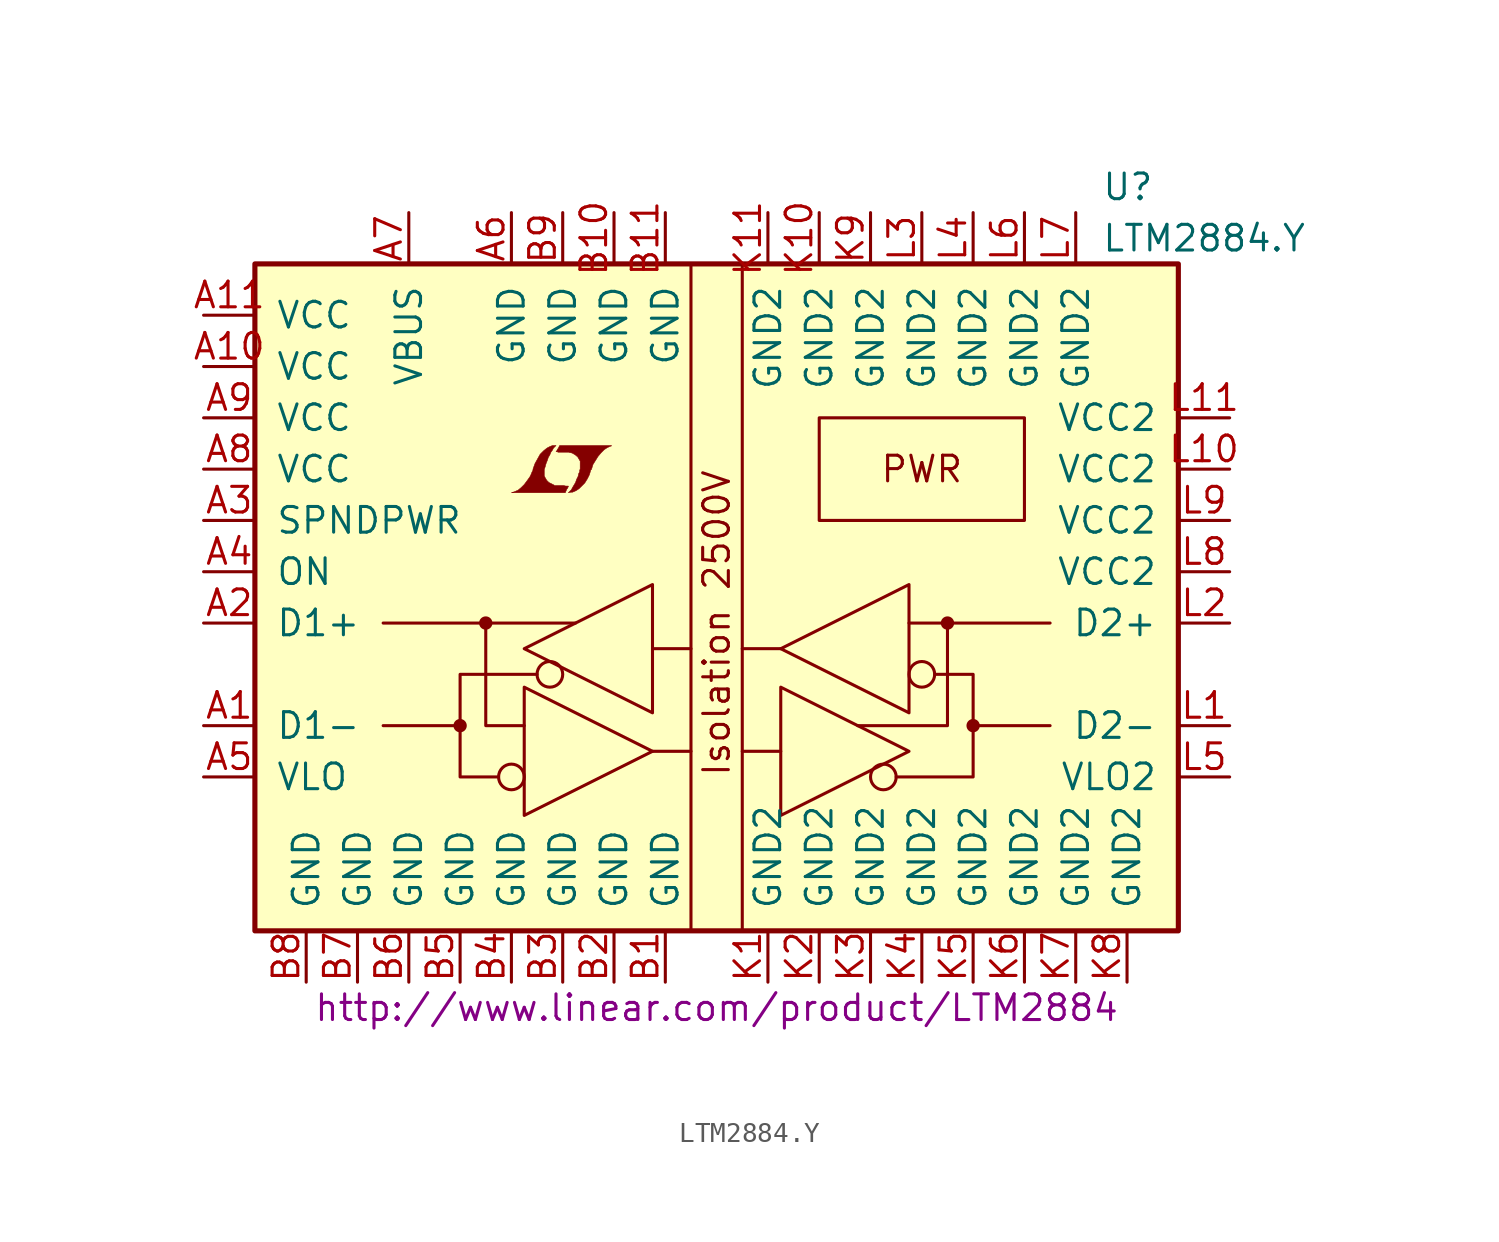
<source format=kicad_sym>
(kicad_symbol_lib
  (version 20201005)
  (generator kicad_symbol_editor)
  (symbol "LTM2884.Y"
    (pin_names
      (offset 1.016))
    (property "Reference" "U"
      (at 19.05 21.59 0)
      (effects (font (size 1.27 1.27)) (justify left)))
    (property "Value" "LTM2884.Y"
      (at 19.05 19.05 0)
      (effects (font (size 1.27 1.27)) (justify left)))
    (property "Datasheet" "http://www.linear.com/product/LTM2884"
      (at 0 -19.05 0)
      (effects (font (size 1.27 1.27))))
    (symbol "LTM2884.Y_0_0"
      (text "Isolation 2500V" (at 0 0 900) (effects (font (size 1.27 1.27))))
      (text "PWR" (at 10.16 7.62 0) (effects (font (size 1.27 1.27))))
      (rectangle (start 5.08 10.16) (end 15.24 5.08) (stroke (width 0)) (fill (type none)))
      (polyline (pts (xy -7.417 6.629) (xy -7.391 6.655) (xy -7.341 6.756) (xy -7.341 6.782) (xy -7.468 6.782) (xy -7.569 6.807) (xy -8.026 6.807) (xy -8.052 6.833) (xy -8.306 6.96) (xy -8.407 7.061) (xy -8.484 7.188) (xy -8.534 7.29) (xy -8.534 7.595) (xy -8.484 7.747) (xy -8.458 7.849) (xy -8.433 7.925) (xy -8.382 8.052) (xy -8.331 8.204) (xy -8.255 8.331) (xy -8.204 8.458) (xy -8.128 8.56) (xy -8.077 8.661) (xy -7.95 8.788) (xy -8.128 8.788) (xy -8.255 8.738) (xy -8.357 8.687) (xy -8.433 8.636) (xy -8.56 8.534) (xy -8.738 8.357) (xy -8.992 7.899) (xy -9.093 7.62) (xy -9.093 7.569) (xy -9.144 7.468) (xy -9.195 7.341) (xy -9.246 7.239) (xy -9.373 7.061) (xy -9.525 6.858) (xy -9.677 6.706) (xy -9.83 6.579) (xy -10.008 6.502) (xy -10.16 6.452) (xy -7.493 6.452) (xy -7.417 6.629)) (stroke (width 0.025)) (fill (type outline)))
      (polyline (pts (xy -7.214 6.477) (xy -7.137 6.477) (xy -6.96 6.553) (xy -6.807 6.655) (xy -6.528 6.934) (xy -6.401 7.137) (xy -6.299 7.341) (xy -6.223 7.595) (xy -6.198 7.595) (xy -6.121 7.849) (xy -5.867 8.255) (xy -5.715 8.433) (xy -5.563 8.585) (xy -5.41 8.687) (xy -5.232 8.763) (xy -5.207 8.763) (xy -5.207 8.788) (xy -7.772 8.788) (xy -7.849 8.636) (xy -7.874 8.611) (xy -7.925 8.509) (xy -7.95 8.484) (xy -7.899 8.484) (xy -7.849 8.458) (xy -7.315 8.458) (xy -7.264 8.433) (xy -7.214 8.433) (xy -7.137 8.407) (xy -7.01 8.331) (xy -6.883 8.23) (xy -6.807 8.103) (xy -6.782 8.052) (xy -6.756 8.026) (xy -6.756 7.62) (xy -6.782 7.569) (xy -6.782 7.493) (xy -6.833 7.391) (xy -6.858 7.264) (xy -6.934 7.112) (xy -6.985 6.96) (xy -7.137 6.706) (xy -7.188 6.604) (xy -7.341 6.452) (xy -7.214 6.477)) (stroke (width 0.025)) (fill (type outline))))
    (symbol "LTM2884.Y_0_1"
      (circle (center -12.7 -5.08) (radius 0.254) (stroke (width 0)) (fill (type outline)))
      (circle (center -11.43 0) (radius 0.254) (stroke (width 0)) (fill (type outline)))
      (circle (center -10.16 -7.62) (radius 0.635) (stroke (width 0)) (fill (type none)))
      (circle (center -8.255 -2.54) (radius 0.635) (stroke (width 0)) (fill (type none)))
      (circle (center 8.255 -7.62) (radius 0.635) (stroke (width 0)) (fill (type none)))
      (circle (center 10.16 -2.54) (radius 0.635) (stroke (width 0)) (fill (type none)))
      (circle (center 11.43 0) (radius 0.254) (stroke (width 0)) (fill (type outline)))
      (circle (center 12.7 -5.08) (radius 0.254) (stroke (width 0)) (fill (type outline)))
      (rectangle (start -22.86 17.78) (end 22.86 -15.24) (stroke (width 0.254)) (fill (type background)))
      (rectangle (start -1.27 17.78) (end 1.27 -15.24) (stroke (width 0)) (fill (type none)))
      (polyline (pts (xy -16.51 0) (xy -6.985 0)) (stroke (width 0)) (fill (type none)))
      (polyline (pts (xy -12.7 -5.08) (xy -16.51 -5.08)) (stroke (width 0)) (fill (type none)))
      (polyline (pts (xy -3.175 -6.35) (xy -1.27 -6.35)) (stroke (width 0)) (fill (type none)))
      (polyline (pts (xy -3.175 -1.27) (xy -1.27 -1.27)) (stroke (width 0)) (fill (type none)))
      (polyline (pts (xy 3.175 -6.35) (xy 1.27 -6.35)) (stroke (width 0)) (fill (type none)))
      (polyline (pts (xy 3.175 -1.27) (xy 1.27 -1.27)) (stroke (width 0)) (fill (type none)))
      (polyline (pts (xy 12.7 -5.08) (xy 16.51 -5.08)) (stroke (width 0)) (fill (type none)))
      (polyline (pts (xy 16.51 0) (xy 9.525 0)) (stroke (width 0)) (fill (type none)))
      (polyline (pts (xy -11.43 0) (xy -11.43 -5.08) (xy -9.525 -5.08)) (stroke (width 0)) (fill (type none)))
      (polyline (pts (xy 11.43 0) (xy 11.43 -5.08) (xy 6.985 -5.08)) (stroke (width 0)) (fill (type none)))
      (polyline (pts (xy -8.89 -2.54) (xy -12.7 -2.54) (xy -12.7 -7.62) (xy -10.795 -7.62)) (stroke (width 0)) (fill (type none)))
      (polyline (pts (xy -3.175 -6.35) (xy -9.525 -3.175) (xy -9.525 -9.525) (xy -3.175 -6.35)) (stroke (width 0)) (fill (type none)))
      (polyline (pts (xy -3.175 -4.445) (xy -3.175 1.905) (xy -9.525 -1.27) (xy -3.175 -4.445)) (stroke (width 0)) (fill (type none)))
      (polyline (pts (xy 3.175 -9.525) (xy 3.175 -3.175) (xy 9.525 -6.35) (xy 3.175 -9.525)) (stroke (width 0)) (fill (type none)))
      (polyline (pts (xy 3.175 -1.27) (xy 9.525 1.905) (xy 9.525 -4.445) (xy 3.175 -1.27)) (stroke (width 0)) (fill (type none)))
      (polyline (pts (xy 10.795 -2.54) (xy 12.7 -2.54) (xy 12.7 -7.62) (xy 8.89 -7.62)) (stroke (width 0)) (fill (type none))))
    (symbol "LTM2884.Y_1_1"
      (pin passive line (at -25.4 -5.08 0) (length 2.54) (name "D1-" (effects (font (size 1.27 1.27)))) (number "A1" (effects (font (size 1.27 1.27)))))
      (pin power_in line (at -25.4 12.7 0) (length 2.54) (name "VCC" (effects (font (size 1.27 1.27)))) (number "A10" (effects (font (size 1.27 1.27)))))
      (pin power_in line (at -25.4 15.24 0) (length 2.54) (name "VCC" (effects (font (size 1.27 1.27)))) (number "A11" (effects (font (size 1.27 1.27)))))
      (pin passive line (at -25.4 0 0) (length 2.54) (name "D1+" (effects (font (size 1.27 1.27)))) (number "A2" (effects (font (size 1.27 1.27)))))
      (pin input line (at -25.4 5.08 0) (length 2.54) (name "SPNDPWR" (effects (font (size 1.27 1.27)))) (number "A3" (effects (font (size 1.27 1.27)))))
      (pin input line (at -25.4 2.54 0) (length 2.54) (name "ON" (effects (font (size 1.27 1.27)))) (number "A4" (effects (font (size 1.27 1.27)))))
      (pin power_in line (at -25.4 -7.62 0) (length 2.54) (name "VLO" (effects (font (size 1.27 1.27)))) (number "A5" (effects (font (size 1.27 1.27)))))
      (pin power_in line (at -10.16 20.32 270) (length 2.54) (name "GND" (effects (font (size 1.27 1.27)))) (number "A6" (effects (font (size 1.27 1.27)))))
      (pin power_in line (at -15.24 20.32 270) (length 2.54) (name "VBUS" (effects (font (size 1.27 1.27)))) (number "A7" (effects (font (size 1.27 1.27)))))
      (pin power_in line (at -25.4 7.62 0) (length 2.54) (name "VCC" (effects (font (size 1.27 1.27)))) (number "A8" (effects (font (size 1.27 1.27)))))
      (pin power_in line (at -25.4 10.16 0) (length 2.54) (name "VCC" (effects (font (size 1.27 1.27)))) (number "A9" (effects (font (size 1.27 1.27)))))
      (pin power_in line (at -2.54 -17.78 90) (length 2.54) (name "GND" (effects (font (size 1.27 1.27)))) (number "B1" (effects (font (size 1.27 1.27)))))
      (pin power_in line (at -5.08 20.32 270) (length 2.54) (name "GND" (effects (font (size 1.27 1.27)))) (number "B10" (effects (font (size 1.27 1.27)))))
      (pin power_in line (at -2.54 20.32 270) (length 2.54) (name "GND" (effects (font (size 1.27 1.27)))) (number "B11" (effects (font (size 1.27 1.27)))))
      (pin power_in line (at -5.08 -17.78 90) (length 2.54) (name "GND" (effects (font (size 1.27 1.27)))) (number "B2" (effects (font (size 1.27 1.27)))))
      (pin power_in line (at -7.62 -17.78 90) (length 2.54) (name "GND" (effects (font (size 1.27 1.27)))) (number "B3" (effects (font (size 1.27 1.27)))))
      (pin power_in line (at -10.16 -17.78 90) (length 2.54) (name "GND" (effects (font (size 1.27 1.27)))) (number "B4" (effects (font (size 1.27 1.27)))))
      (pin power_in line (at -12.7 -17.78 90) (length 2.54) (name "GND" (effects (font (size 1.27 1.27)))) (number "B5" (effects (font (size 1.27 1.27)))))
      (pin power_in line (at -15.24 -17.78 90) (length 2.54) (name "GND" (effects (font (size 1.27 1.27)))) (number "B6" (effects (font (size 1.27 1.27)))))
      (pin power_in line (at -17.78 -17.78 90) (length 2.54) (name "GND" (effects (font (size 1.27 1.27)))) (number "B7" (effects (font (size 1.27 1.27)))))
      (pin power_in line (at -20.32 -17.78 90) (length 2.54) (name "GND" (effects (font (size 1.27 1.27)))) (number "B8" (effects (font (size 1.27 1.27)))))
      (pin power_in line (at -7.62 20.32 270) (length 2.54) (name "GND" (effects (font (size 1.27 1.27)))) (number "B9" (effects (font (size 1.27 1.27)))))
      (pin power_out line (at 2.54 -17.78 90) (length 2.54) (name "GND2" (effects (font (size 1.27 1.27)))) (number "K1" (effects (font (size 1.27 1.27)))))
      (pin power_in line (at 5.08 20.32 270) (length 2.54) (name "GND2" (effects (font (size 1.27 1.27)))) (number "K10" (effects (font (size 1.27 1.27)))))
      (pin power_in line (at 2.54 20.32 270) (length 2.54) (name "GND2" (effects (font (size 1.27 1.27)))) (number "K11" (effects (font (size 1.27 1.27)))))
      (pin power_in line (at 5.08 -17.78 90) (length 2.54) (name "GND2" (effects (font (size 1.27 1.27)))) (number "K2" (effects (font (size 1.27 1.27)))))
      (pin power_in line (at 7.62 -17.78 90) (length 2.54) (name "GND2" (effects (font (size 1.27 1.27)))) (number "K3" (effects (font (size 1.27 1.27)))))
      (pin power_in line (at 10.16 -17.78 90) (length 2.54) (name "GND2" (effects (font (size 1.27 1.27)))) (number "K4" (effects (font (size 1.27 1.27)))))
      (pin power_in line (at 12.7 -17.78 90) (length 2.54) (name "GND2" (effects (font (size 1.27 1.27)))) (number "K5" (effects (font (size 1.27 1.27)))))
      (pin power_in line (at 15.24 -17.78 90) (length 2.54) (name "GND2" (effects (font (size 1.27 1.27)))) (number "K6" (effects (font (size 1.27 1.27)))))
      (pin power_in line (at 17.78 -17.78 90) (length 2.54) (name "GND2" (effects (font (size 1.27 1.27)))) (number "K7" (effects (font (size 1.27 1.27)))))
      (pin power_in line (at 20.32 -17.78 90) (length 2.54) (name "GND2" (effects (font (size 1.27 1.27)))) (number "K8" (effects (font (size 1.27 1.27)))))
      (pin power_in line (at 7.62 20.32 270) (length 2.54) (name "GND2" (effects (font (size 1.27 1.27)))) (number "K9" (effects (font (size 1.27 1.27)))))
      (pin passive line (at 25.4 -5.08 180) (length 2.54) (name "D2-" (effects (font (size 1.27 1.27)))) (number "L1" (effects (font (size 1.27 1.27)))))
      (pin power_in line (at 25.4 7.62 180) (length 2.54) (name "VCC2" (effects (font (size 1.27 1.27)))) (number "L10" (effects (font (size 1.27 1.27)))))
      (pin power_out line (at 25.4 10.16 180) (length 2.54) (name "VCC2" (effects (font (size 1.27 1.27)))) (number "L11" (effects (font (size 1.27 1.27)))))
      (pin passive line (at 25.4 0 180) (length 2.54) (name "D2+" (effects (font (size 1.27 1.27)))) (number "L2" (effects (font (size 1.27 1.27)))))
      (pin power_in line (at 10.16 20.32 270) (length 2.54) (name "GND2" (effects (font (size 1.27 1.27)))) (number "L3" (effects (font (size 1.27 1.27)))))
      (pin power_in line (at 12.7 20.32 270) (length 2.54) (name "GND2" (effects (font (size 1.27 1.27)))) (number "L4" (effects (font (size 1.27 1.27)))))
      (pin power_in line (at 25.4 -7.62 180) (length 2.54) (name "VLO2" (effects (font (size 1.27 1.27)))) (number "L5" (effects (font (size 1.27 1.27)))))
      (pin power_in line (at 15.24 20.32 270) (length 2.54) (name "GND2" (effects (font (size 1.27 1.27)))) (number "L6" (effects (font (size 1.27 1.27)))))
      (pin power_in line (at 17.78 20.32 270) (length 2.54) (name "GND2" (effects (font (size 1.27 1.27)))) (number "L7" (effects (font (size 1.27 1.27)))))
      (pin power_in line (at 25.4 2.54 180) (length 2.54) (name "VCC2" (effects (font (size 1.27 1.27)))) (number "L8" (effects (font (size 1.27 1.27)))))
      (pin power_in line (at 25.4 5.08 180) (length 2.54) (name "VCC2" (effects (font (size 1.27 1.27)))) (number "L9" (effects (font (size 1.27 1.27))))))))
</source>
